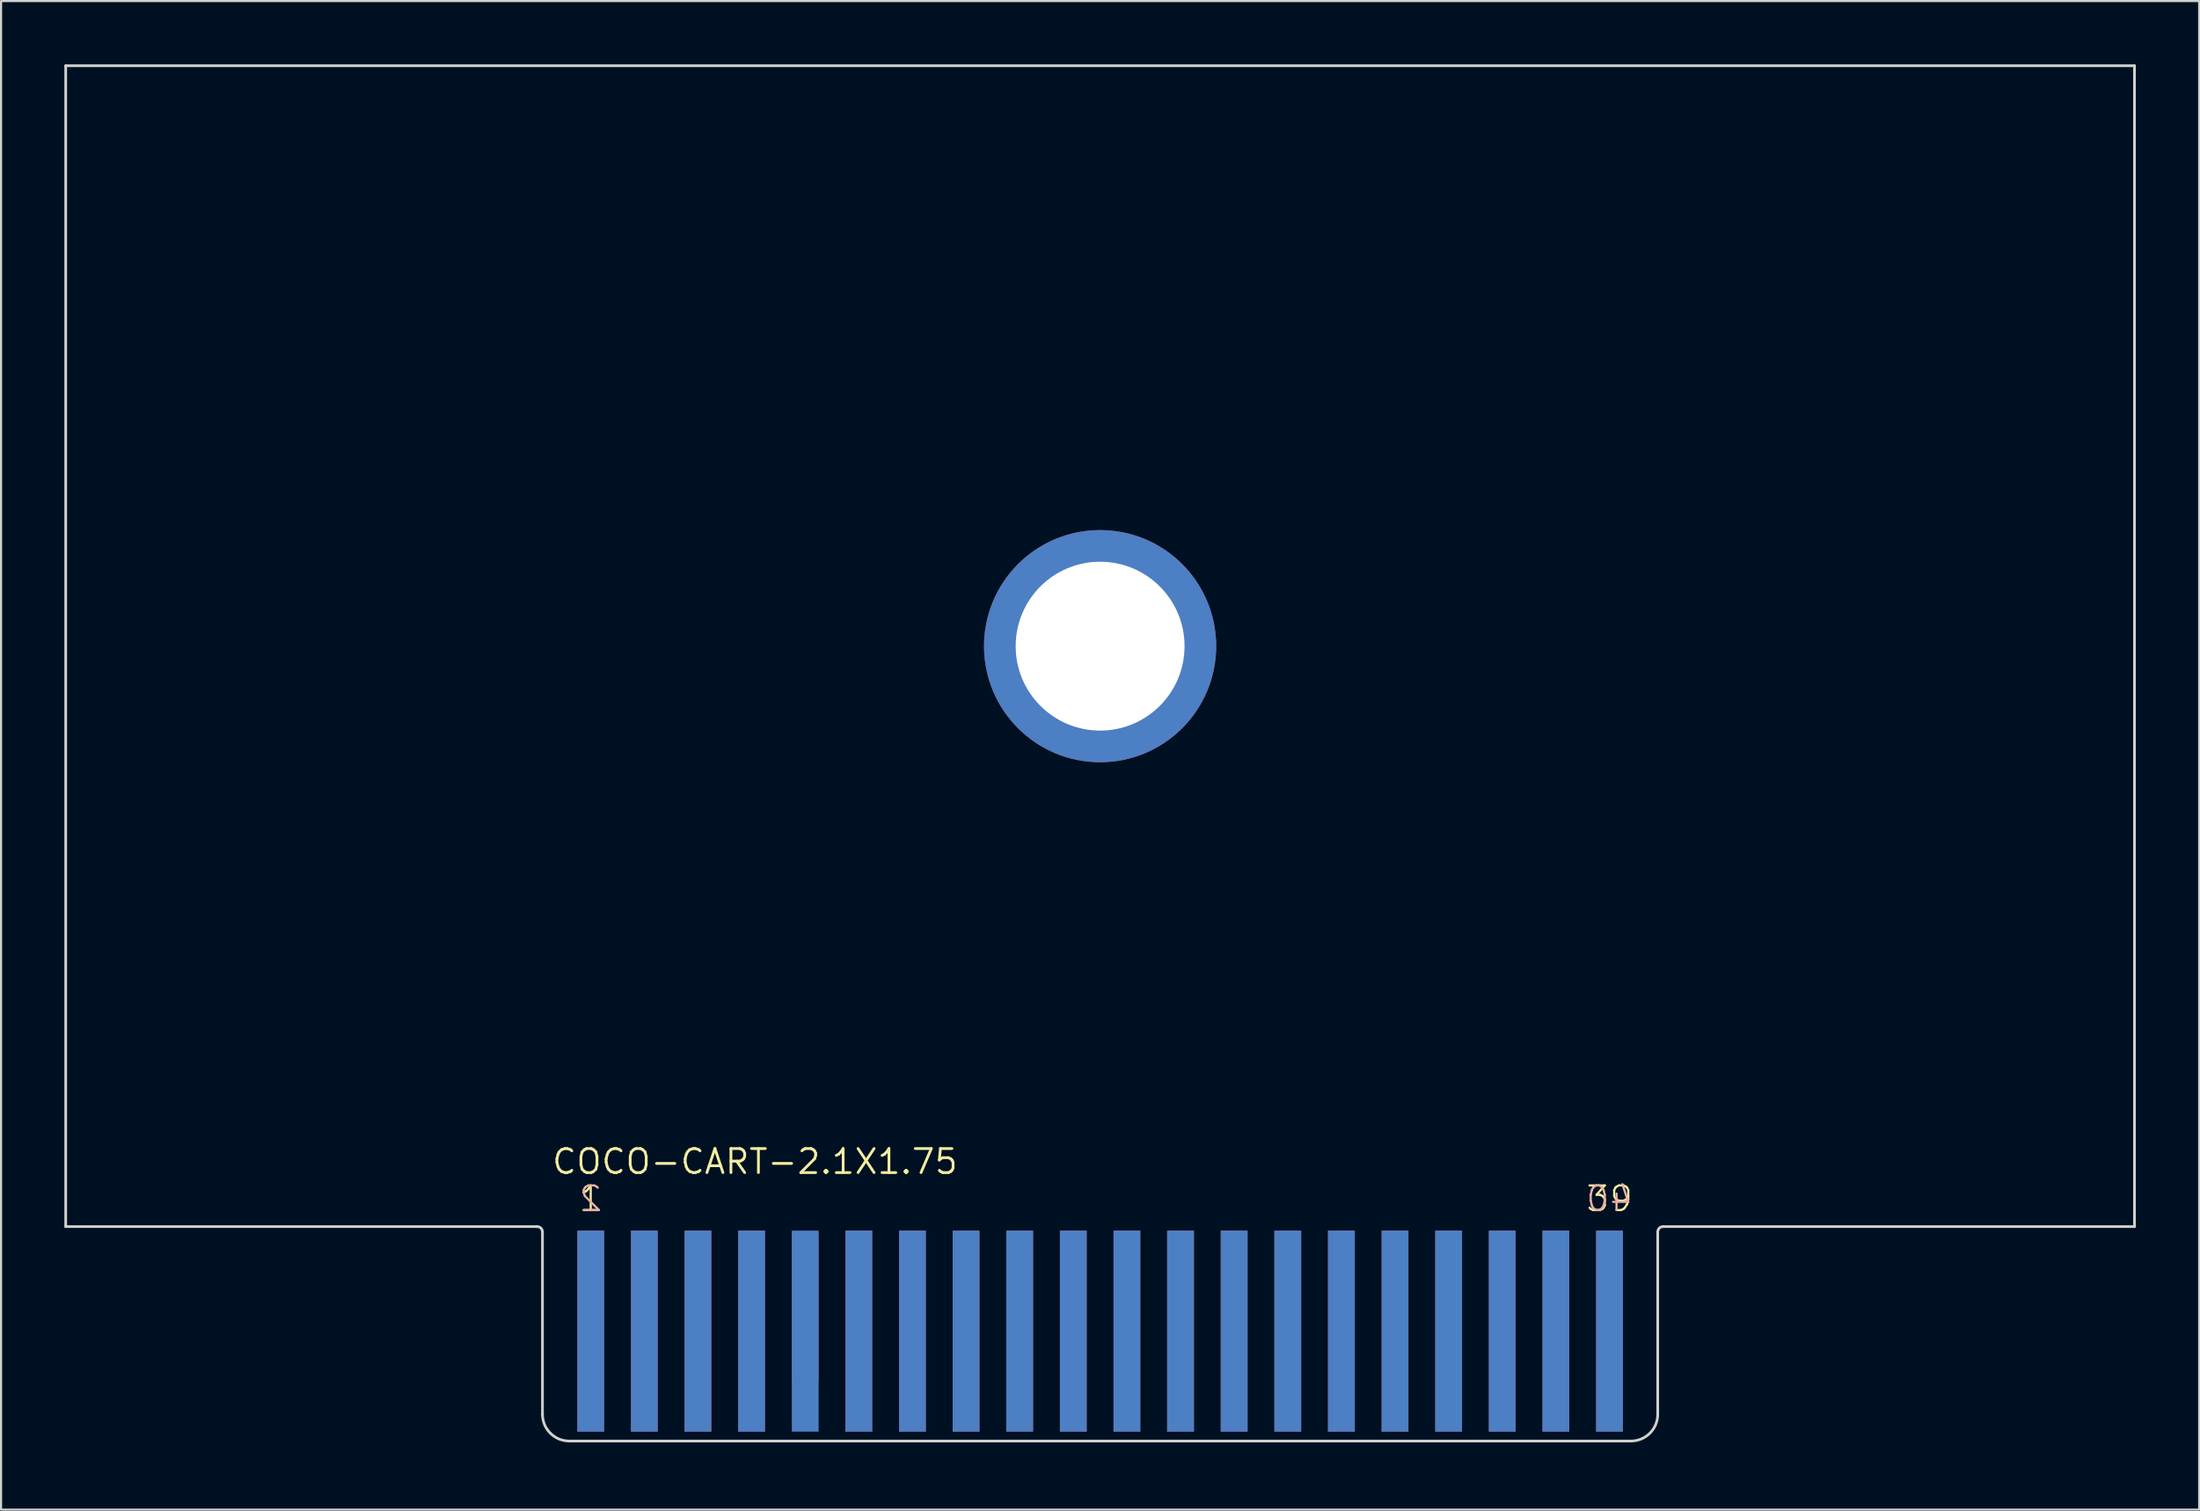
<source format=kicad_pcb>
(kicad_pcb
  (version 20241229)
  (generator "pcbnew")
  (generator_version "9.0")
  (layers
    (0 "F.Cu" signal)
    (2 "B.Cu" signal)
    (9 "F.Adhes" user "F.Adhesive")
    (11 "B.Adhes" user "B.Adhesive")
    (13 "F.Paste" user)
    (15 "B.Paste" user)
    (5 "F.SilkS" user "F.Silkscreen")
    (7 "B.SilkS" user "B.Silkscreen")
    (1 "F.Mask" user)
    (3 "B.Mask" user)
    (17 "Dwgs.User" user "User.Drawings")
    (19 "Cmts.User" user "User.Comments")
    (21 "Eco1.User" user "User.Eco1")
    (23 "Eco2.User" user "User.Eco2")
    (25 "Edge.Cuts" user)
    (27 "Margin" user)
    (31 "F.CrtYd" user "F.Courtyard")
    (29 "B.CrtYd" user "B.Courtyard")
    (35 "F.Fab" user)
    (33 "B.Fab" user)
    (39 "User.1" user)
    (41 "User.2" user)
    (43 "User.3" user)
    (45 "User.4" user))
  (footprint "COCO-CART-2.1X1.75"
    (layer "F.Cu")
    (at 22.393 65.224)
    (property "Reference" "COCO-CART-2.1X1.75" (at 0.635 -12.573 0) (layer "F.SilkS") (effects (font (size 1.139 1.139) (thickness 0.131)) (justify left bottom)))
    (fp_poly (pts (xy 0 0) (xy 53.34 0) (xy 53.34 -10.16) (xy 0 -10.16)) (stroke (width 0) (type default)) (fill yes) (layer "F.Mask"))
    (fp_poly (pts (xy 0 0) (xy 53.34 0) (xy 53.34 -10.16) (xy 0 -10.16)) (stroke (width 0) (type default)) (fill yes) (layer "B.Mask"))
    (fp_line (start -22.33 -65.16) (end 75.67 -65.16) (stroke (width 0.127) (type default)) (layer "Edge.Cuts"))
    (fp_line (start -22.33 -10.16) (end -22.33 -65.16) (stroke (width 0.127) (type default)) (layer "Edge.Cuts"))
    (fp_line (start -22.33 -10.16) (end 0 -10.16) (stroke (width 0.127) (type default)) (layer "Edge.Cuts"))
    (fp_line (start 0.254 -9.906) (end 0.254 -1.27) (stroke (width 0.127) (type solid)) (layer "Edge.Cuts"))
    (fp_line (start 1.524 0) (end 51.816 0) (stroke (width 0.127) (type solid)) (layer "Edge.Cuts"))
    (fp_line (start 53.086 -1.27) (end 53.086 -9.906) (stroke (width 0.127) (type solid)) (layer "Edge.Cuts"))
    (fp_line (start 75.67 -10.16) (end 53.34 -10.16) (stroke (width 0.127) (type default)) (layer "Edge.Cuts"))
    (fp_line (start 75.67 -10.16) (end 75.67 -65.16) (stroke (width 0.127) (type default)) (layer "Edge.Cuts"))
    (fp_arc (start 0 -10.16) (mid 0.179605 -10.085605) (end 0.254 -9.906) (stroke (width 0.127) (type solid)) (layer "Edge.Cuts"))
    (fp_arc (start 1.524 0) (mid 0.625974 -0.371974) (end 0.254 -1.27) (stroke (width 0.127) (type solid)) (layer "Edge.Cuts"))
    (fp_arc (start 53.086 -9.906) (mid 53.160395 -10.085605) (end 53.34 -10.16) (stroke (width 0.127) (type solid)) (layer "Edge.Cuts"))
    (fp_arc (start 53.086 -1.27) (mid 52.714026 -0.371974) (end 51.816 0) (stroke (width 0.127) (type solid)) (layer "Edge.Cuts"))
    (fp_text user "1" (at 2.54 -10.795 0) (layer "F.SilkS") (effects (font (size 1.168 1.168) (thickness 0.102)) (justify bottom)))
    (fp_text user "39" (at 50.8 -10.795 0) (layer "F.SilkS") (effects (font (size 1.168 1.168) (thickness 0.102)) (justify bottom)))
    (fp_text user "40" (at 50.8 -10.795 0) (layer "B.SilkS") (effects (font (size 1.168 1.168) (thickness 0.102)) (justify bottom mirror)))
    (fp_text user "2" (at 2.54 -10.795 0) (layer "B.SilkS") (effects (font (size 1.168 1.168) (thickness 0.102)) (justify bottom mirror)))
    (pad "1" smd rect (at 2.54 -5.207) (size 1.27 9.525) (layers "F.Cu" "F.Mask"))
    (pad "2" smd rect (at 2.54 -5.207) (size 1.27 9.525) (layers "B.Cu" "B.Mask"))
    (pad "3" smd rect (at 5.08 -5.207) (size 1.27 9.525) (layers "F.Cu" "F.Mask"))
    (pad "4" smd rect (at 5.08 -5.207) (size 1.27 9.525) (layers "B.Cu" "B.Mask"))
    (pad "5" smd rect (at 7.62 -5.207) (size 1.27 9.525) (layers "F.Cu" "F.Mask"))
    (pad "6" smd rect (at 7.62 -5.207) (size 1.27 9.525) (layers "B.Cu" "B.Mask"))
    (pad "7" smd rect (at 10.16 -5.207) (size 1.27 9.525) (layers "F.Cu" "F.Mask"))
    (pad "8" smd rect (at 10.16 -5.207) (size 1.27 9.525) (layers "B.Cu" "B.Mask"))
    (pad "9" smd rect (at 12.7 -6.35) (size 1.27 6.985) (layers "F.Cu" "F.Mask"))
    (pad "10" smd rect (at 12.7 -5.207) (size 1.27 9.525) (layers "B.Cu" "B.Mask"))
    (pad "11" smd rect (at 15.24 -5.207) (size 1.27 9.525) (layers "F.Cu" "F.Mask"))
    (pad "12" smd rect (at 15.24 -5.207) (size 1.27 9.525) (layers "B.Cu" "B.Mask"))
    (pad "13" smd rect (at 17.78 -5.207) (size 1.27 9.525) (layers "F.Cu" "F.Mask"))
    (pad "14" smd rect (at 17.78 -5.207) (size 1.27 9.525) (layers "B.Cu" "B.Mask"))
    (pad "15" smd rect (at 20.32 -5.207) (size 1.27 9.525) (layers "F.Cu" "F.Mask"))
    (pad "16" smd rect (at 20.32 -5.207) (size 1.27 9.525) (layers "B.Cu" "B.Mask"))
    (pad "17" smd rect (at 22.86 -5.207) (size 1.27 9.525) (layers "F.Cu" "F.Mask"))
    (pad "18" smd rect (at 22.86 -5.207) (size 1.27 9.525) (layers "B.Cu" "B.Mask"))
    (pad "19" smd rect (at 25.4 -5.207) (size 1.27 9.525) (layers "F.Cu" "F.Mask"))
    (pad "20" smd rect (at 25.4 -5.207) (size 1.27 9.525) (layers "B.Cu" "B.Mask"))
    (pad "21" smd rect (at 27.94 -5.207) (size 1.27 9.525) (layers "F.Cu" "F.Mask"))
    (pad "22" smd rect (at 27.94 -5.207) (size 1.27 9.525) (layers "B.Cu" "B.Mask"))
    (pad "23" smd rect (at 30.48 -5.207) (size 1.27 9.525) (layers "F.Cu" "F.Mask"))
    (pad "24" smd rect (at 30.48 -5.207) (size 1.27 9.525) (layers "B.Cu" "B.Mask"))
    (pad "25" smd rect (at 33.02 -5.207) (size 1.27 9.525) (layers "F.Cu" "F.Mask"))
    (pad "26" smd rect (at 33.02 -5.207) (size 1.27 9.525) (layers "B.Cu" "B.Mask"))
    (pad "27" smd rect (at 35.56 -5.207) (size 1.27 9.525) (layers "F.Cu" "F.Mask"))
    (pad "28" smd rect (at 35.56 -5.207) (size 1.27 9.525) (layers "B.Cu" "B.Mask"))
    (pad "29" smd rect (at 38.1 -5.207) (size 1.27 9.525) (layers "F.Cu" "F.Mask"))
    (pad "30" smd rect (at 38.1 -5.207) (size 1.27 9.525) (layers "B.Cu" "B.Mask"))
    (pad "31" smd rect (at 40.64 -5.207) (size 1.27 9.525) (layers "F.Cu" "F.Mask"))
    (pad "32" smd rect (at 40.64 -5.207) (size 1.27 9.525) (layers "B.Cu" "B.Mask"))
    (pad "33" smd rect (at 43.18 -5.207) (size 1.27 9.525) (layers "F.Cu" "F.Mask"))
    (pad "34" smd rect (at 43.18 -5.207) (size 1.27 9.525) (layers "B.Cu" "B.Mask"))
    (pad "35" smd rect (at 45.72 -5.207) (size 1.27 9.525) (layers "F.Cu" "F.Mask"))
    (pad "36" smd rect (at 45.72 -5.207) (size 1.27 9.525) (layers "B.Cu" "B.Mask"))
    (pad "37" smd rect (at 48.26 -5.207) (size 1.27 9.525) (layers "F.Cu" "F.Mask"))
    (pad "38" smd rect (at 48.26 -5.207) (size 1.27 9.525) (layers "B.Cu" "B.Mask"))
    (pad "39" smd rect (at 50.8 -5.207) (size 1.27 9.525) (layers "F.Cu" "F.Mask"))
    (pad "40" smd rect (at 50.8 -5.207) (size 1.27 9.525) (layers "B.Cu" "B.Mask"))
    (pad "MTG1" thru_hole circle (at 26.67 -37.66) (size 11 11) (drill 8) (layers "*.Cu" "*.Mask"))
    (zone (net_name "") (layer "F.Cu") (hatch edge 0.5) (connect_pads) (min_thickness 0.25) (filled_areas_thickness no) (keepout (tracks not_allowed) (vias not_allowed) (pads not_allowed) (copperpour not_allowed) (footprints allowed)) (placement (enabled no)) (fill) (polygon (pts (xy 22.393 65.224) (xy 24.299 65.224) (xy 24.299 55.063) (xy 22.393 55.063))))
    (zone (net_name "") (layer "F.Cu") (hatch edge 0.5) (connect_pads) (min_thickness 0.25) (filled_areas_thickness no) (keepout (tracks not_allowed) (vias not_allowed) (pads not_allowed) (copperpour not_allowed) (footprints allowed)) (placement (enabled no)) (fill) (polygon (pts (xy 25.569 65.224) (xy 26.838 65.224) (xy 26.838 55.063) (xy 25.569 55.063))))
    (zone (net_name "") (layer "F.Cu") (hatch edge 0.5) (connect_pads) (min_thickness 0.25) (filled_areas_thickness no) (keepout (tracks not_allowed) (vias not_allowed) (pads not_allowed) (copperpour not_allowed) (footprints allowed)) (placement (enabled no)) (fill) (polygon (pts (xy 28.108 65.224) (xy 29.378 65.224) (xy 29.378 55.063) (xy 28.108 55.063))))
    (zone (net_name "") (layer "F.Cu") (hatch edge 0.5) (connect_pads) (min_thickness 0.25) (filled_areas_thickness no) (keepout (tracks not_allowed) (vias not_allowed) (pads not_allowed) (copperpour not_allowed) (footprints allowed)) (placement (enabled no)) (fill) (polygon (pts (xy 30.648 65.224) (xy 31.919 65.224) (xy 31.919 55.063) (xy 30.648 55.063))))
    (zone (net_name "") (layer "F.Cu") (hatch edge 0.5) (connect_pads) (min_thickness 0.25) (filled_areas_thickness no) (keepout (tracks not_allowed) (vias not_allowed) (pads not_allowed) (copperpour not_allowed) (footprints allowed)) (placement (enabled no)) (fill) (polygon (pts (xy 33.188 65.224) (xy 34.459 65.224) (xy 34.459 55.063) (xy 33.188 55.063))))
    (zone (net_name "") (layer "F.Cu") (hatch edge 0.5) (connect_pads) (min_thickness 0.25) (filled_areas_thickness no) (keepout (tracks not_allowed) (vias not_allowed) (pads not_allowed) (copperpour not_allowed) (footprints allowed)) (placement (enabled no)) (fill) (polygon (pts (xy 35.728 65.224) (xy 36.998 65.224) (xy 36.998 55.063) (xy 35.728 55.063))))
    (zone (net_name "") (layer "F.Cu") (hatch edge 0.5) (connect_pads) (min_thickness 0.25) (filled_areas_thickness no) (keepout (tracks not_allowed) (vias not_allowed) (pads not_allowed) (copperpour not_allowed) (footprints allowed)) (placement (enabled no)) (fill) (polygon (pts (xy 38.269 65.224) (xy 39.538 65.224) (xy 39.538 55.063) (xy 38.269 55.063))))
    (zone (net_name "") (layer "F.Cu") (hatch edge 0.5) (connect_pads) (min_thickness 0.25) (filled_areas_thickness no) (keepout (tracks not_allowed) (vias not_allowed) (pads not_allowed) (copperpour not_allowed) (footprints allowed)) (placement (enabled no)) (fill) (polygon (pts (xy 40.809 65.224) (xy 42.078 65.224) (xy 42.078 55.063) (xy 40.809 55.063))))
    (zone (net_name "") (layer "F.Cu") (hatch edge 0.5) (connect_pads) (min_thickness 0.25) (filled_areas_thickness no) (keepout (tracks not_allowed) (vias not_allowed) (pads not_allowed) (copperpour not_allowed) (footprints allowed)) (placement (enabled no)) (fill) (polygon (pts (xy 43.349 65.224) (xy 44.618 65.224) (xy 44.618 55.063) (xy 43.349 55.063))))
    (zone (net_name "") (layer "F.Cu") (hatch edge 0.5) (connect_pads) (min_thickness 0.25) (filled_areas_thickness no) (keepout (tracks not_allowed) (vias not_allowed) (pads not_allowed) (copperpour not_allowed) (footprints allowed)) (placement (enabled no)) (fill) (polygon (pts (xy 45.889 65.224) (xy 47.158 65.224) (xy 47.158 55.063) (xy 45.889 55.063))))
    (zone (net_name "") (layer "F.Cu") (hatch edge 0.5) (connect_pads) (min_thickness 0.25) (filled_areas_thickness no) (keepout (tracks not_allowed) (vias not_allowed) (pads not_allowed) (copperpour not_allowed) (footprints allowed)) (placement (enabled no)) (fill) (polygon (pts (xy 48.428 65.224) (xy 49.699 65.224) (xy 49.699 55.063) (xy 48.428 55.063))))
    (zone (net_name "") (layer "F.Cu") (hatch edge 0.5) (connect_pads) (min_thickness 0.25) (filled_areas_thickness no) (keepout (tracks not_allowed) (vias not_allowed) (pads not_allowed) (copperpour not_allowed) (footprints allowed)) (placement (enabled no)) (fill) (polygon (pts (xy 50.968 65.224) (xy 52.239 65.224) (xy 52.239 55.063) (xy 50.968 55.063))))
    (zone (net_name "") (layer "F.Cu") (hatch edge 0.5) (connect_pads) (min_thickness 0.25) (filled_areas_thickness no) (keepout (tracks not_allowed) (vias not_allowed) (pads not_allowed) (copperpour not_allowed) (footprints allowed)) (placement (enabled no)) (fill) (polygon (pts (xy 53.508 65.224) (xy 54.779 65.224) (xy 54.779 55.063) (xy 53.508 55.063))))
    (zone (net_name "") (layer "F.Cu") (hatch edge 0.5) (connect_pads) (min_thickness 0.25) (filled_areas_thickness no) (keepout (tracks not_allowed) (vias not_allowed) (pads not_allowed) (copperpour not_allowed) (footprints allowed)) (placement (enabled no)) (fill) (polygon (pts (xy 56.048 65.224) (xy 57.319 65.224) (xy 57.319 55.063) (xy 56.048 55.063))))
    (zone (net_name "") (layer "F.Cu") (hatch edge 0.5) (connect_pads) (min_thickness 0.25) (filled_areas_thickness no) (keepout (tracks not_allowed) (vias not_allowed) (pads not_allowed) (copperpour not_allowed) (footprints allowed)) (placement (enabled no)) (fill) (polygon (pts (xy 58.589 65.224) (xy 59.858 65.224) (xy 59.858 55.063) (xy 58.589 55.063))))
    (zone (net_name "") (layer "F.Cu") (hatch edge 0.5) (connect_pads) (min_thickness 0.25) (filled_areas_thickness no) (keepout (tracks not_allowed) (vias not_allowed) (pads not_allowed) (copperpour not_allowed) (footprints allowed)) (placement (enabled no)) (fill) (polygon (pts (xy 61.129 65.224) (xy 62.398 65.224) (xy 62.398 55.063) (xy 61.129 55.063))))
    (zone (net_name "") (layer "F.Cu") (hatch edge 0.5) (connect_pads) (min_thickness 0.25) (filled_areas_thickness no) (keepout (tracks not_allowed) (vias not_allowed) (pads not_allowed) (copperpour not_allowed) (footprints allowed)) (placement (enabled no)) (fill) (polygon (pts (xy 63.669 65.224) (xy 64.939 65.224) (xy 64.939 55.063) (xy 63.669 55.063))))
    (zone (net_name "") (layer "F.Cu") (hatch edge 0.5) (connect_pads) (min_thickness 0.25) (filled_areas_thickness no) (keepout (tracks not_allowed) (vias not_allowed) (pads not_allowed) (copperpour not_allowed) (footprints allowed)) (placement (enabled no)) (fill) (polygon (pts (xy 66.209 65.224) (xy 67.478 65.224) (xy 67.478 55.063) (xy 66.209 55.063))))
    (zone (net_name "") (layer "F.Cu") (hatch edge 0.5) (connect_pads) (min_thickness 0.25) (filled_areas_thickness no) (keepout (tracks not_allowed) (vias not_allowed) (pads not_allowed) (copperpour not_allowed) (footprints allowed)) (placement (enabled no)) (fill) (polygon (pts (xy 68.749 65.224) (xy 70.019 65.224) (xy 70.019 55.063) (xy 68.749 55.063))))
    (zone (net_name "") (layer "F.Cu") (hatch edge 0.5) (connect_pads) (min_thickness 0.25) (filled_areas_thickness no) (keepout (tracks not_allowed) (vias not_allowed) (pads not_allowed) (copperpour not_allowed) (footprints allowed)) (placement (enabled no)) (fill) (polygon (pts (xy 71.288 65.224) (xy 72.558 65.224) (xy 72.558 55.063) (xy 71.288 55.063))))
    (zone (net_name "") (layer "F.Cu") (hatch edge 0.5) (connect_pads) (min_thickness 0.25) (filled_areas_thickness no) (keepout (tracks not_allowed) (vias not_allowed) (pads not_allowed) (copperpour not_allowed) (footprints allowed)) (placement (enabled no)) (fill) (polygon (pts (xy 73.829 65.224) (xy 75.734 65.224) (xy 75.734 55.063) (xy 73.829 55.063))))
    (zone (net_name "") (layer "B.Cu") (hatch edge 0.5) (connect_pads) (min_thickness 0.25) (filled_areas_thickness no) (keepout (tracks not_allowed) (vias not_allowed) (pads not_allowed) (copperpour not_allowed) (footprints allowed)) (placement (enabled no)) (fill) (polygon (pts (xy 22.393 65.224) (xy 24.299 65.224) (xy 24.299 55.063) (xy 22.393 55.063))))
    (zone (net_name "") (layer "B.Cu") (hatch edge 0.5) (connect_pads) (min_thickness 0.25) (filled_areas_thickness no) (keepout (tracks not_allowed) (vias not_allowed) (pads not_allowed) (copperpour not_allowed) (footprints allowed)) (placement (enabled no)) (fill) (polygon (pts (xy 25.569 65.224) (xy 26.838 65.224) (xy 26.838 55.063) (xy 25.569 55.063))))
    (zone (net_name "") (layer "B.Cu") (hatch edge 0.5) (connect_pads) (min_thickness 0.25) (filled_areas_thickness no) (keepout (tracks not_allowed) (vias not_allowed) (pads not_allowed) (copperpour not_allowed) (footprints allowed)) (placement (enabled no)) (fill) (polygon (pts (xy 28.108 65.224) (xy 29.378 65.224) (xy 29.378 55.063) (xy 28.108 55.063))))
    (zone (net_name "") (layer "B.Cu") (hatch edge 0.5) (connect_pads) (min_thickness 0.25) (filled_areas_thickness no) (keepout (tracks not_allowed) (vias not_allowed) (pads not_allowed) (copperpour not_allowed) (footprints allowed)) (placement (enabled no)) (fill) (polygon (pts (xy 30.648 65.224) (xy 31.919 65.224) (xy 31.919 55.063) (xy 30.648 55.063))))
    (zone (net_name "") (layer "B.Cu") (hatch edge 0.5) (connect_pads) (min_thickness 0.25) (filled_areas_thickness no) (keepout (tracks not_allowed) (vias not_allowed) (pads not_allowed) (copperpour not_allowed) (footprints allowed)) (placement (enabled no)) (fill) (polygon (pts (xy 33.188 65.224) (xy 34.459 65.224) (xy 34.459 55.063) (xy 33.188 55.063))))
    (zone (net_name "") (layer "B.Cu") (hatch edge 0.5) (connect_pads) (min_thickness 0.25) (filled_areas_thickness no) (keepout (tracks not_allowed) (vias not_allowed) (pads not_allowed) (copperpour not_allowed) (footprints allowed)) (placement (enabled no)) (fill) (polygon (pts (xy 35.728 65.224) (xy 36.998 65.224) (xy 36.998 55.063) (xy 35.728 55.063))))
    (zone (net_name "") (layer "B.Cu") (hatch edge 0.5) (connect_pads) (min_thickness 0.25) (filled_areas_thickness no) (keepout (tracks not_allowed) (vias not_allowed) (pads not_allowed) (copperpour not_allowed) (footprints allowed)) (placement (enabled no)) (fill) (polygon (pts (xy 38.269 65.224) (xy 39.538 65.224) (xy 39.538 55.063) (xy 38.269 55.063))))
    (zone (net_name "") (layer "B.Cu") (hatch edge 0.5) (connect_pads) (min_thickness 0.25) (filled_areas_thickness no) (keepout (tracks not_allowed) (vias not_allowed) (pads not_allowed) (copperpour not_allowed) (footprints allowed)) (placement (enabled no)) (fill) (polygon (pts (xy 40.809 65.224) (xy 42.078 65.224) (xy 42.078 55.063) (xy 40.809 55.063))))
    (zone (net_name "") (layer "B.Cu") (hatch edge 0.5) (connect_pads) (min_thickness 0.25) (filled_areas_thickness no) (keepout (tracks not_allowed) (vias not_allowed) (pads not_allowed) (copperpour not_allowed) (footprints allowed)) (placement (enabled no)) (fill) (polygon (pts (xy 43.349 65.224) (xy 44.618 65.224) (xy 44.618 55.063) (xy 43.349 55.063))))
    (zone (net_name "") (layer "B.Cu") (hatch edge 0.5) (connect_pads) (min_thickness 0.25) (filled_areas_thickness no) (keepout (tracks not_allowed) (vias not_allowed) (pads not_allowed) (copperpour not_allowed) (footprints allowed)) (placement (enabled no)) (fill) (polygon (pts (xy 45.889 65.224) (xy 47.158 65.224) (xy 47.158 55.063) (xy 45.889 55.063))))
    (zone (net_name "") (layer "B.Cu") (hatch edge 0.5) (connect_pads) (min_thickness 0.25) (filled_areas_thickness no) (keepout (tracks not_allowed) (vias not_allowed) (pads not_allowed) (copperpour not_allowed) (footprints allowed)) (placement (enabled no)) (fill) (polygon (pts (xy 48.428 65.224) (xy 49.699 65.224) (xy 49.699 55.063) (xy 48.428 55.063))))
    (zone (net_name "") (layer "B.Cu") (hatch edge 0.5) (connect_pads) (min_thickness 0.25) (filled_areas_thickness no) (keepout (tracks not_allowed) (vias not_allowed) (pads not_allowed) (copperpour not_allowed) (footprints allowed)) (placement (enabled no)) (fill) (polygon (pts (xy 50.968 65.224) (xy 52.239 65.224) (xy 52.239 55.063) (xy 50.968 55.063))))
    (zone (net_name "") (layer "B.Cu") (hatch edge 0.5) (connect_pads) (min_thickness 0.25) (filled_areas_thickness no) (keepout (tracks not_allowed) (vias not_allowed) (pads not_allowed) (copperpour not_allowed) (footprints allowed)) (placement (enabled no)) (fill) (polygon (pts (xy 53.508 65.224) (xy 54.779 65.224) (xy 54.779 55.063) (xy 53.508 55.063))))
    (zone (net_name "") (layer "B.Cu") (hatch edge 0.5) (connect_pads) (min_thickness 0.25) (filled_areas_thickness no) (keepout (tracks not_allowed) (vias not_allowed) (pads not_allowed) (copperpour not_allowed) (footprints allowed)) (placement (enabled no)) (fill) (polygon (pts (xy 56.048 65.224) (xy 57.319 65.224) (xy 57.319 55.063) (xy 56.048 55.063))))
    (zone (net_name "") (layer "B.Cu") (hatch edge 0.5) (connect_pads) (min_thickness 0.25) (filled_areas_thickness no) (keepout (tracks not_allowed) (vias not_allowed) (pads not_allowed) (copperpour not_allowed) (footprints allowed)) (placement (enabled no)) (fill) (polygon (pts (xy 58.589 65.224) (xy 59.858 65.224) (xy 59.858 55.063) (xy 58.589 55.063))))
    (zone (net_name "") (layer "B.Cu") (hatch edge 0.5) (connect_pads) (min_thickness 0.25) (filled_areas_thickness no) (keepout (tracks not_allowed) (vias not_allowed) (pads not_allowed) (copperpour not_allowed) (footprints allowed)) (placement (enabled no)) (fill) (polygon (pts (xy 61.129 65.224) (xy 62.398 65.224) (xy 62.398 55.063) (xy 61.129 55.063))))
    (zone (net_name "") (layer "B.Cu") (hatch edge 0.5) (connect_pads) (min_thickness 0.25) (filled_areas_thickness no) (keepout (tracks not_allowed) (vias not_allowed) (pads not_allowed) (copperpour not_allowed) (footprints allowed)) (placement (enabled no)) (fill) (polygon (pts (xy 63.669 65.224) (xy 64.939 65.224) (xy 64.939 55.063) (xy 63.669 55.063))))
    (zone (net_name "") (layer "B.Cu") (hatch edge 0.5) (connect_pads) (min_thickness 0.25) (filled_areas_thickness no) (keepout (tracks not_allowed) (vias not_allowed) (pads not_allowed) (copperpour not_allowed) (footprints allowed)) (placement (enabled no)) (fill) (polygon (pts (xy 66.209 65.224) (xy 67.478 65.224) (xy 67.478 55.063) (xy 66.209 55.063))))
    (zone (net_name "") (layer "B.Cu") (hatch edge 0.5) (connect_pads) (min_thickness 0.25) (filled_areas_thickness no) (keepout (tracks not_allowed) (vias not_allowed) (pads not_allowed) (copperpour not_allowed) (footprints allowed)) (placement (enabled no)) (fill) (polygon (pts (xy 68.749 65.224) (xy 70.019 65.224) (xy 70.019 55.063) (xy 68.749 55.063))))
    (zone (net_name "") (layer "B.Cu") (hatch edge 0.5) (connect_pads) (min_thickness 0.25) (filled_areas_thickness no) (keepout (tracks not_allowed) (vias not_allowed) (pads not_allowed) (copperpour not_allowed) (footprints allowed)) (placement (enabled no)) (fill) (polygon (pts (xy 71.288 65.224) (xy 72.558 65.224) (xy 72.558 55.063) (xy 71.288 55.063))))
    (zone (net_name "") (layer "B.Cu") (hatch edge 0.5) (connect_pads) (min_thickness 0.25) (filled_areas_thickness no) (keepout (tracks not_allowed) (vias not_allowed) (pads not_allowed) (copperpour not_allowed) (footprints allowed)) (placement (enabled no)) (fill) (polygon (pts (xy 73.829 65.224) (xy 75.734 65.224) (xy 75.734 55.063) (xy 73.829 55.063)))))
  (gr_rect
    (start -3 -3)
    (end 101.127 68.474)
    (stroke (width 0.1) (type default))
    (fill no)
    (layer "Edge.Cuts")))
</source>
